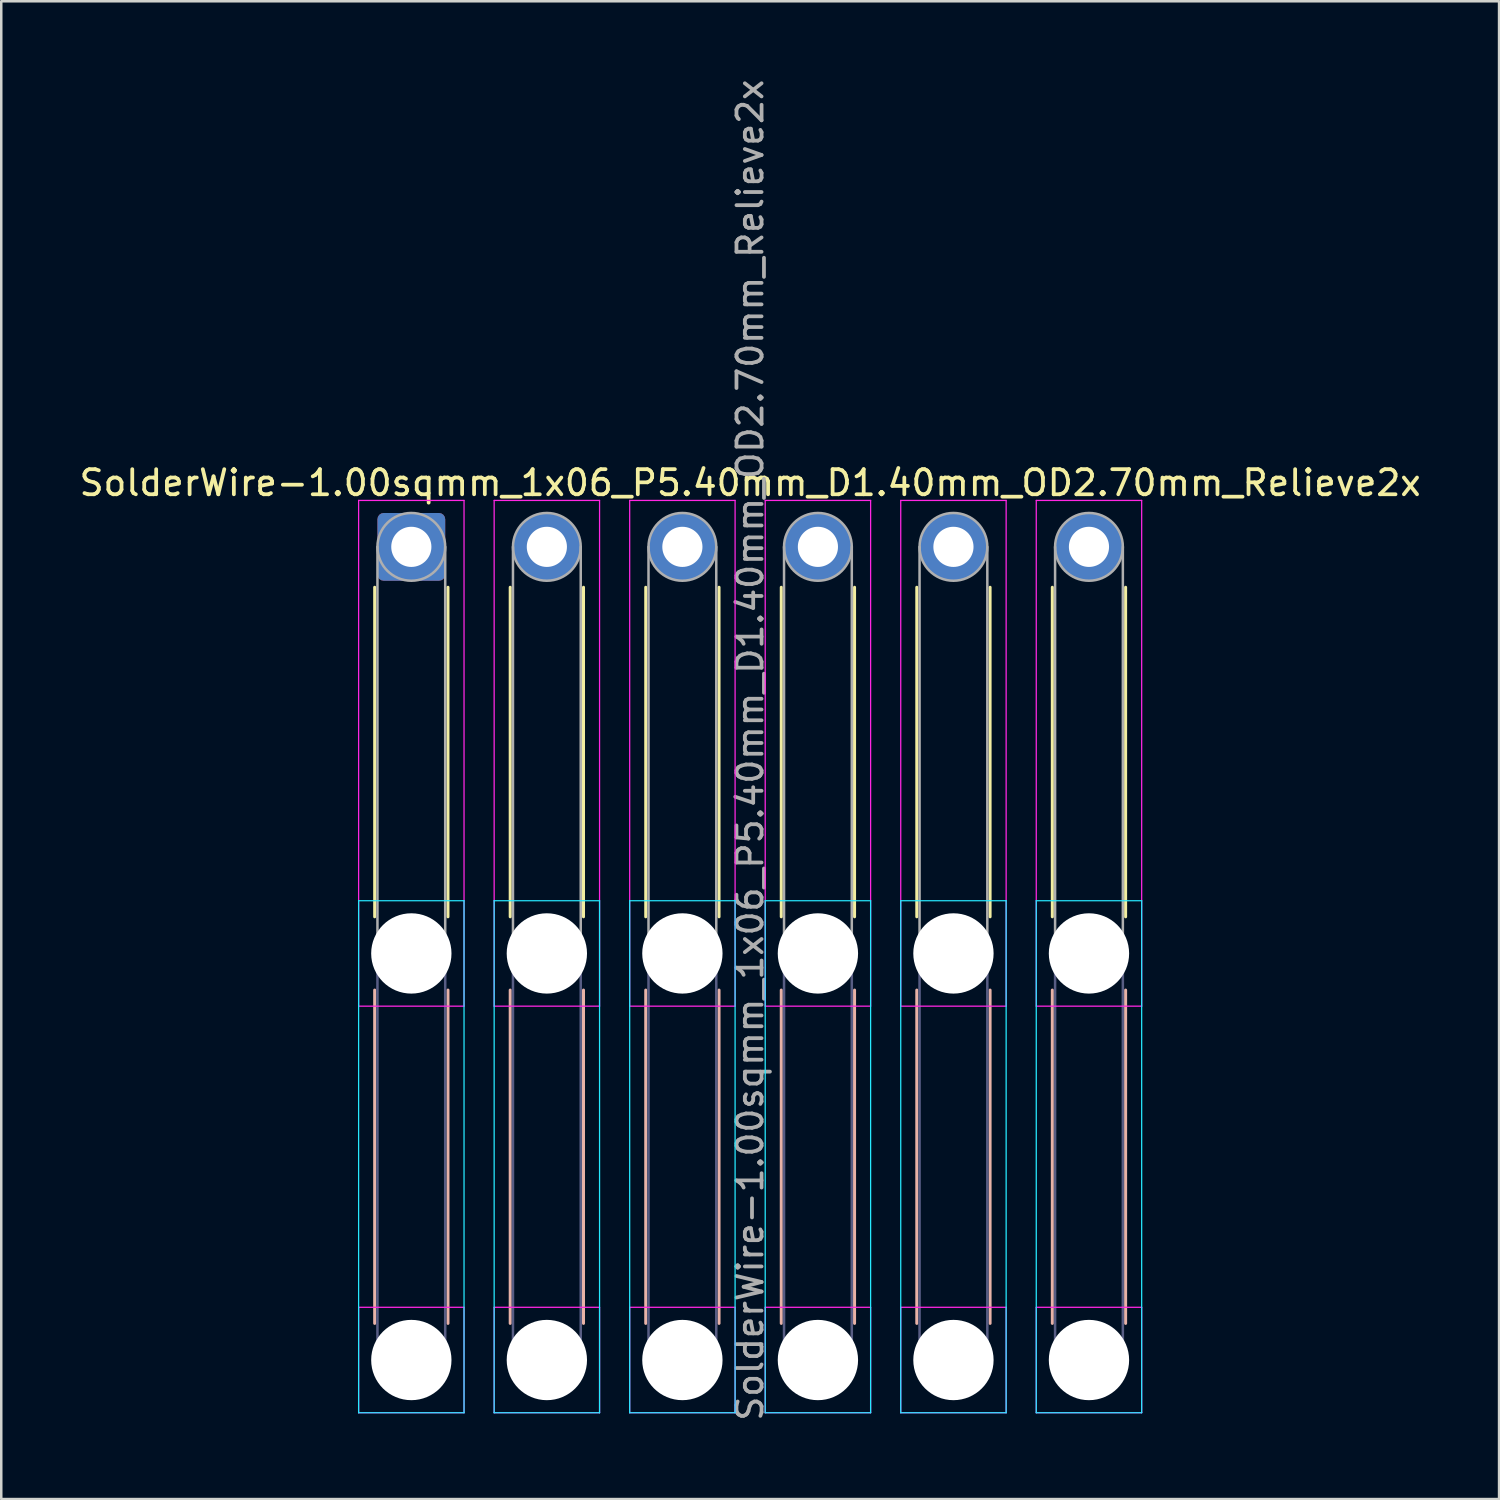
<source format=kicad_pcb>
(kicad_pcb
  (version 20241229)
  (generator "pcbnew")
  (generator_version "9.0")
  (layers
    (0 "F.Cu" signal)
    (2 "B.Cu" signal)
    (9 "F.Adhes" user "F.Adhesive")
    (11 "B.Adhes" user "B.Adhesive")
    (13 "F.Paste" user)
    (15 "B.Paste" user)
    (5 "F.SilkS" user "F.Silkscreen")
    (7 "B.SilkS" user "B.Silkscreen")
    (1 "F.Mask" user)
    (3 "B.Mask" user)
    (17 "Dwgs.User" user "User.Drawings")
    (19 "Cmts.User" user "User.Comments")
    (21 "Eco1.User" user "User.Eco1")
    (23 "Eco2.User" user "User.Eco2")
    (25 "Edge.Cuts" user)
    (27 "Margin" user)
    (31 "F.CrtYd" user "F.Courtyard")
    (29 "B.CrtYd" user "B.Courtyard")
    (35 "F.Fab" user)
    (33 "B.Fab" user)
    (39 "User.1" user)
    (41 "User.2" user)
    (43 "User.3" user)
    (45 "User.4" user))
  (footprint "SolderWire-1.00sqmm_1x06_P5.40mm_D1.40mm_OD2.70mm_Relieve2x"
    (layer "F.Cu")
    (at 13.339 18.739)
    (property "Reference" "SolderWire-1.00sqmm_1x06_P5.40mm_D1.40mm_OD2.70mm_Relieve2x" (at 13.5 -2.55 0) (layer "F.SilkS") (effects (font (size 1 1) (thickness 0.15))))
    (attr exclude_from_pos_files exclude_from_bom)
    (fp_line (start -1.46 1.61) (end -1.46 14.74) (stroke (width 0.12) (type solid)) (layer "F.SilkS"))
    (fp_line (start 1.46 1.61) (end 1.46 14.74) (stroke (width 0.12) (type solid)) (layer "F.SilkS"))
    (fp_line (start 3.94 1.61) (end 3.94 14.74) (stroke (width 0.12) (type solid)) (layer "F.SilkS"))
    (fp_line (start 6.86 1.61) (end 6.86 14.74) (stroke (width 0.12) (type solid)) (layer "F.SilkS"))
    (fp_line (start 9.34 1.61) (end 9.34 14.74) (stroke (width 0.12) (type solid)) (layer "F.SilkS"))
    (fp_line (start 12.26 1.61) (end 12.26 14.74) (stroke (width 0.12) (type solid)) (layer "F.SilkS"))
    (fp_line (start 14.74 1.61) (end 14.74 14.74) (stroke (width 0.12) (type solid)) (layer "F.SilkS"))
    (fp_line (start 17.66 1.61) (end 17.66 14.74) (stroke (width 0.12) (type solid)) (layer "F.SilkS"))
    (fp_line (start 20.14 1.61) (end 20.14 14.74) (stroke (width 0.12) (type solid)) (layer "F.SilkS"))
    (fp_line (start 23.06 1.61) (end 23.06 14.74) (stroke (width 0.12) (type solid)) (layer "F.SilkS"))
    (fp_line (start 25.54 1.61) (end 25.54 14.74) (stroke (width 0.12) (type solid)) (layer "F.SilkS"))
    (fp_line (start 28.46 1.61) (end 28.46 14.74) (stroke (width 0.12) (type solid)) (layer "F.SilkS"))
    (fp_line (start -1.46 17.66) (end -1.46 30.94) (stroke (width 0.12) (type solid)) (layer "B.SilkS"))
    (fp_line (start 1.46 17.66) (end 1.46 30.94) (stroke (width 0.12) (type solid)) (layer "B.SilkS"))
    (fp_line (start 3.94 17.66) (end 3.94 30.94) (stroke (width 0.12) (type solid)) (layer "B.SilkS"))
    (fp_line (start 6.86 17.66) (end 6.86 30.94) (stroke (width 0.12) (type solid)) (layer "B.SilkS"))
    (fp_line (start 9.34 17.66) (end 9.34 30.94) (stroke (width 0.12) (type solid)) (layer "B.SilkS"))
    (fp_line (start 12.26 17.66) (end 12.26 30.94) (stroke (width 0.12) (type solid)) (layer "B.SilkS"))
    (fp_line (start 14.74 17.66) (end 14.74 30.94) (stroke (width 0.12) (type solid)) (layer "B.SilkS"))
    (fp_line (start 17.66 17.66) (end 17.66 30.94) (stroke (width 0.12) (type solid)) (layer "B.SilkS"))
    (fp_line (start 20.14 17.66) (end 20.14 30.94) (stroke (width 0.12) (type solid)) (layer "B.SilkS"))
    (fp_line (start 23.06 17.66) (end 23.06 30.94) (stroke (width 0.12) (type solid)) (layer "B.SilkS"))
    (fp_line (start 25.54 17.66) (end 25.54 30.94) (stroke (width 0.12) (type solid)) (layer "B.SilkS"))
    (fp_line (start 28.46 17.66) (end 28.46 30.94) (stroke (width 0.12) (type solid)) (layer "B.SilkS"))
    (fp_line (start -2.1 14.1) (end -2.1 34.5) (stroke (width 0.05) (type solid)) (layer "B.CrtYd"))
    (fp_line (start -2.1 34.5) (end 2.1 34.5) (stroke (width 0.05) (type solid)) (layer "B.CrtYd"))
    (fp_line (start 2.1 14.1) (end -2.1 14.1) (stroke (width 0.05) (type solid)) (layer "B.CrtYd"))
    (fp_line (start 2.1 34.5) (end 2.1 14.1) (stroke (width 0.05) (type solid)) (layer "B.CrtYd"))
    (fp_line (start 3.3 14.1) (end 3.3 34.5) (stroke (width 0.05) (type solid)) (layer "B.CrtYd"))
    (fp_line (start 3.3 34.5) (end 7.5 34.5) (stroke (width 0.05) (type solid)) (layer "B.CrtYd"))
    (fp_line (start 7.5 14.1) (end 3.3 14.1) (stroke (width 0.05) (type solid)) (layer "B.CrtYd"))
    (fp_line (start 7.5 34.5) (end 7.5 14.1) (stroke (width 0.05) (type solid)) (layer "B.CrtYd"))
    (fp_line (start 8.7 14.1) (end 8.7 34.5) (stroke (width 0.05) (type solid)) (layer "B.CrtYd"))
    (fp_line (start 8.7 34.5) (end 12.9 34.5) (stroke (width 0.05) (type solid)) (layer "B.CrtYd"))
    (fp_line (start 12.9 14.1) (end 8.7 14.1) (stroke (width 0.05) (type solid)) (layer "B.CrtYd"))
    (fp_line (start 12.9 34.5) (end 12.9 14.1) (stroke (width 0.05) (type solid)) (layer "B.CrtYd"))
    (fp_line (start 14.1 14.1) (end 14.1 34.5) (stroke (width 0.05) (type solid)) (layer "B.CrtYd"))
    (fp_line (start 14.1 34.5) (end 18.3 34.5) (stroke (width 0.05) (type solid)) (layer "B.CrtYd"))
    (fp_line (start 18.3 14.1) (end 14.1 14.1) (stroke (width 0.05) (type solid)) (layer "B.CrtYd"))
    (fp_line (start 18.3 34.5) (end 18.3 14.1) (stroke (width 0.05) (type solid)) (layer "B.CrtYd"))
    (fp_line (start 19.5 14.1) (end 19.5 34.5) (stroke (width 0.05) (type solid)) (layer "B.CrtYd"))
    (fp_line (start 19.5 34.5) (end 23.7 34.5) (stroke (width 0.05) (type solid)) (layer "B.CrtYd"))
    (fp_line (start 23.7 14.1) (end 19.5 14.1) (stroke (width 0.05) (type solid)) (layer "B.CrtYd"))
    (fp_line (start 23.7 34.5) (end 23.7 14.1) (stroke (width 0.05) (type solid)) (layer "B.CrtYd"))
    (fp_line (start 24.9 14.1) (end 24.9 34.5) (stroke (width 0.05) (type solid)) (layer "B.CrtYd"))
    (fp_line (start 24.9 34.5) (end 29.1 34.5) (stroke (width 0.05) (type solid)) (layer "B.CrtYd"))
    (fp_line (start 29.1 14.1) (end 24.9 14.1) (stroke (width 0.05) (type solid)) (layer "B.CrtYd"))
    (fp_line (start 29.1 34.5) (end 29.1 14.1) (stroke (width 0.05) (type solid)) (layer "B.CrtYd"))
    (fp_line (start -2.1 -1.85) (end -2.1 18.3) (stroke (width 0.05) (type solid)) (layer "F.CrtYd"))
    (fp_line (start -2.1 18.3) (end 2.1 18.3) (stroke (width 0.05) (type solid)) (layer "F.CrtYd"))
    (fp_line (start -2.1 30.3) (end -2.1 34.5) (stroke (width 0.05) (type solid)) (layer "F.CrtYd"))
    (fp_line (start -2.1 34.5) (end 2.1 34.5) (stroke (width 0.05) (type solid)) (layer "F.CrtYd"))
    (fp_line (start 2.1 -1.85) (end -2.1 -1.85) (stroke (width 0.05) (type solid)) (layer "F.CrtYd"))
    (fp_line (start 2.1 18.3) (end 2.1 -1.85) (stroke (width 0.05) (type solid)) (layer "F.CrtYd"))
    (fp_line (start 2.1 30.3) (end -2.1 30.3) (stroke (width 0.05) (type solid)) (layer "F.CrtYd"))
    (fp_line (start 2.1 34.5) (end 2.1 30.3) (stroke (width 0.05) (type solid)) (layer "F.CrtYd"))
    (fp_line (start 3.3 -1.85) (end 3.3 18.3) (stroke (width 0.05) (type solid)) (layer "F.CrtYd"))
    (fp_line (start 3.3 18.3) (end 7.5 18.3) (stroke (width 0.05) (type solid)) (layer "F.CrtYd"))
    (fp_line (start 3.3 30.3) (end 3.3 34.5) (stroke (width 0.05) (type solid)) (layer "F.CrtYd"))
    (fp_line (start 3.3 34.5) (end 7.5 34.5) (stroke (width 0.05) (type solid)) (layer "F.CrtYd"))
    (fp_line (start 7.5 -1.85) (end 3.3 -1.85) (stroke (width 0.05) (type solid)) (layer "F.CrtYd"))
    (fp_line (start 7.5 18.3) (end 7.5 -1.85) (stroke (width 0.05) (type solid)) (layer "F.CrtYd"))
    (fp_line (start 7.5 30.3) (end 3.3 30.3) (stroke (width 0.05) (type solid)) (layer "F.CrtYd"))
    (fp_line (start 7.5 34.5) (end 7.5 30.3) (stroke (width 0.05) (type solid)) (layer "F.CrtYd"))
    (fp_line (start 8.7 -1.85) (end 8.7 18.3) (stroke (width 0.05) (type solid)) (layer "F.CrtYd"))
    (fp_line (start 8.7 18.3) (end 12.9 18.3) (stroke (width 0.05) (type solid)) (layer "F.CrtYd"))
    (fp_line (start 8.7 30.3) (end 8.7 34.5) (stroke (width 0.05) (type solid)) (layer "F.CrtYd"))
    (fp_line (start 8.7 34.5) (end 12.9 34.5) (stroke (width 0.05) (type solid)) (layer "F.CrtYd"))
    (fp_line (start 12.9 -1.85) (end 8.7 -1.85) (stroke (width 0.05) (type solid)) (layer "F.CrtYd"))
    (fp_line (start 12.9 18.3) (end 12.9 -1.85) (stroke (width 0.05) (type solid)) (layer "F.CrtYd"))
    (fp_line (start 12.9 30.3) (end 8.7 30.3) (stroke (width 0.05) (type solid)) (layer "F.CrtYd"))
    (fp_line (start 12.9 34.5) (end 12.9 30.3) (stroke (width 0.05) (type solid)) (layer "F.CrtYd"))
    (fp_line (start 14.1 -1.85) (end 14.1 18.3) (stroke (width 0.05) (type solid)) (layer "F.CrtYd"))
    (fp_line (start 14.1 18.3) (end 18.3 18.3) (stroke (width 0.05) (type solid)) (layer "F.CrtYd"))
    (fp_line (start 14.1 30.3) (end 14.1 34.5) (stroke (width 0.05) (type solid)) (layer "F.CrtYd"))
    (fp_line (start 14.1 34.5) (end 18.3 34.5) (stroke (width 0.05) (type solid)) (layer "F.CrtYd"))
    (fp_line (start 18.3 -1.85) (end 14.1 -1.85) (stroke (width 0.05) (type solid)) (layer "F.CrtYd"))
    (fp_line (start 18.3 18.3) (end 18.3 -1.85) (stroke (width 0.05) (type solid)) (layer "F.CrtYd"))
    (fp_line (start 18.3 30.3) (end 14.1 30.3) (stroke (width 0.05) (type solid)) (layer "F.CrtYd"))
    (fp_line (start 18.3 34.5) (end 18.3 30.3) (stroke (width 0.05) (type solid)) (layer "F.CrtYd"))
    (fp_line (start 19.5 -1.85) (end 19.5 18.3) (stroke (width 0.05) (type solid)) (layer "F.CrtYd"))
    (fp_line (start 19.5 18.3) (end 23.7 18.3) (stroke (width 0.05) (type solid)) (layer "F.CrtYd"))
    (fp_line (start 19.5 30.3) (end 19.5 34.5) (stroke (width 0.05) (type solid)) (layer "F.CrtYd"))
    (fp_line (start 19.5 34.5) (end 23.7 34.5) (stroke (width 0.05) (type solid)) (layer "F.CrtYd"))
    (fp_line (start 23.7 -1.85) (end 19.5 -1.85) (stroke (width 0.05) (type solid)) (layer "F.CrtYd"))
    (fp_line (start 23.7 18.3) (end 23.7 -1.85) (stroke (width 0.05) (type solid)) (layer "F.CrtYd"))
    (fp_line (start 23.7 30.3) (end 19.5 30.3) (stroke (width 0.05) (type solid)) (layer "F.CrtYd"))
    (fp_line (start 23.7 34.5) (end 23.7 30.3) (stroke (width 0.05) (type solid)) (layer "F.CrtYd"))
    (fp_line (start 24.9 -1.85) (end 24.9 18.3) (stroke (width 0.05) (type solid)) (layer "F.CrtYd"))
    (fp_line (start 24.9 18.3) (end 29.1 18.3) (stroke (width 0.05) (type solid)) (layer "F.CrtYd"))
    (fp_line (start 24.9 30.3) (end 24.9 34.5) (stroke (width 0.05) (type solid)) (layer "F.CrtYd"))
    (fp_line (start 24.9 34.5) (end 29.1 34.5) (stroke (width 0.05) (type solid)) (layer "F.CrtYd"))
    (fp_line (start 29.1 -1.85) (end 24.9 -1.85) (stroke (width 0.05) (type solid)) (layer "F.CrtYd"))
    (fp_line (start 29.1 18.3) (end 29.1 -1.85) (stroke (width 0.05) (type solid)) (layer "F.CrtYd"))
    (fp_line (start 29.1 30.3) (end 24.9 30.3) (stroke (width 0.05) (type solid)) (layer "F.CrtYd"))
    (fp_line (start 29.1 34.5) (end 29.1 30.3) (stroke (width 0.05) (type solid)) (layer "F.CrtYd"))
    (fp_line (start -1.35 16.2) (end -1.35 32.4) (stroke (width 0.1) (type solid)) (layer "B.Fab"))
    (fp_line (start 1.35 16.2) (end 1.35 32.4) (stroke (width 0.1) (type solid)) (layer "B.Fab"))
    (fp_line (start 4.05 16.2) (end 4.05 32.4) (stroke (width 0.1) (type solid)) (layer "B.Fab"))
    (fp_line (start 6.75 16.2) (end 6.75 32.4) (stroke (width 0.1) (type solid)) (layer "B.Fab"))
    (fp_line (start 9.45 16.2) (end 9.45 32.4) (stroke (width 0.1) (type solid)) (layer "B.Fab"))
    (fp_line (start 12.15 16.2) (end 12.15 32.4) (stroke (width 0.1) (type solid)) (layer "B.Fab"))
    (fp_line (start 14.85 16.2) (end 14.85 32.4) (stroke (width 0.1) (type solid)) (layer "B.Fab"))
    (fp_line (start 17.55 16.2) (end 17.55 32.4) (stroke (width 0.1) (type solid)) (layer "B.Fab"))
    (fp_line (start 20.25 16.2) (end 20.25 32.4) (stroke (width 0.1) (type solid)) (layer "B.Fab"))
    (fp_line (start 22.95 16.2) (end 22.95 32.4) (stroke (width 0.1) (type solid)) (layer "B.Fab"))
    (fp_line (start 25.65 16.2) (end 25.65 32.4) (stroke (width 0.1) (type solid)) (layer "B.Fab"))
    (fp_line (start 28.35 16.2) (end 28.35 32.4) (stroke (width 0.1) (type solid)) (layer "B.Fab"))
    (fp_circle (center 0 16.2) (end 1.35 16.2) (stroke (width 0.1) (type solid)) (fill no) (layer "B.Fab"))
    (fp_circle (center 0 32.4) (end 1.35 32.4) (stroke (width 0.1) (type solid)) (fill no) (layer "B.Fab"))
    (fp_circle (center 5.4 16.2) (end 6.75 16.2) (stroke (width 0.1) (type solid)) (fill no) (layer "B.Fab"))
    (fp_circle (center 5.4 32.4) (end 6.75 32.4) (stroke (width 0.1) (type solid)) (fill no) (layer "B.Fab"))
    (fp_circle (center 10.8 16.2) (end 12.15 16.2) (stroke (width 0.1) (type solid)) (fill no) (layer "B.Fab"))
    (fp_circle (center 10.8 32.4) (end 12.15 32.4) (stroke (width 0.1) (type solid)) (fill no) (layer "B.Fab"))
    (fp_circle (center 16.2 16.2) (end 17.55 16.2) (stroke (width 0.1) (type solid)) (fill no) (layer "B.Fab"))
    (fp_circle (center 16.2 32.4) (end 17.55 32.4) (stroke (width 0.1) (type solid)) (fill no) (layer "B.Fab"))
    (fp_circle (center 21.6 16.2) (end 22.95 16.2) (stroke (width 0.1) (type solid)) (fill no) (layer "B.Fab"))
    (fp_circle (center 21.6 32.4) (end 22.95 32.4) (stroke (width 0.1) (type solid)) (fill no) (layer "B.Fab"))
    (fp_circle (center 27 16.2) (end 28.35 16.2) (stroke (width 0.1) (type solid)) (fill no) (layer "B.Fab"))
    (fp_circle (center 27 32.4) (end 28.35 32.4) (stroke (width 0.1) (type solid)) (fill no) (layer "B.Fab"))
    (fp_line (start -1.35 0) (end -1.35 16.2) (stroke (width 0.1) (type solid)) (layer "F.Fab"))
    (fp_line (start 1.35 0) (end 1.35 16.2) (stroke (width 0.1) (type solid)) (layer "F.Fab"))
    (fp_line (start 4.05 0) (end 4.05 16.2) (stroke (width 0.1) (type solid)) (layer "F.Fab"))
    (fp_line (start 6.75 0) (end 6.75 16.2) (stroke (width 0.1) (type solid)) (layer "F.Fab"))
    (fp_line (start 9.45 0) (end 9.45 16.2) (stroke (width 0.1) (type solid)) (layer "F.Fab"))
    (fp_line (start 12.15 0) (end 12.15 16.2) (stroke (width 0.1) (type solid)) (layer "F.Fab"))
    (fp_line (start 14.85 0) (end 14.85 16.2) (stroke (width 0.1) (type solid)) (layer "F.Fab"))
    (fp_line (start 17.55 0) (end 17.55 16.2) (stroke (width 0.1) (type solid)) (layer "F.Fab"))
    (fp_line (start 20.25 0) (end 20.25 16.2) (stroke (width 0.1) (type solid)) (layer "F.Fab"))
    (fp_line (start 22.95 0) (end 22.95 16.2) (stroke (width 0.1) (type solid)) (layer "F.Fab"))
    (fp_line (start 25.65 0) (end 25.65 16.2) (stroke (width 0.1) (type solid)) (layer "F.Fab"))
    (fp_line (start 28.35 0) (end 28.35 16.2) (stroke (width 0.1) (type solid)) (layer "F.Fab"))
    (fp_circle (center 0 0) (end 1.35 0) (stroke (width 0.1) (type solid)) (fill no) (layer "F.Fab"))
    (fp_circle (center 0 16.2) (end 1.35 16.2) (stroke (width 0.1) (type solid)) (fill no) (layer "F.Fab"))
    (fp_circle (center 0 32.4) (end 1.35 32.4) (stroke (width 0.1) (type solid)) (fill no) (layer "F.Fab"))
    (fp_circle (center 5.4 0) (end 6.75 0) (stroke (width 0.1) (type solid)) (fill no) (layer "F.Fab"))
    (fp_circle (center 5.4 16.2) (end 6.75 16.2) (stroke (width 0.1) (type solid)) (fill no) (layer "F.Fab"))
    (fp_circle (center 5.4 32.4) (end 6.75 32.4) (stroke (width 0.1) (type solid)) (fill no) (layer "F.Fab"))
    (fp_circle (center 10.8 0) (end 12.15 0) (stroke (width 0.1) (type solid)) (fill no) (layer "F.Fab"))
    (fp_circle (center 10.8 16.2) (end 12.15 16.2) (stroke (width 0.1) (type solid)) (fill no) (layer "F.Fab"))
    (fp_circle (center 10.8 32.4) (end 12.15 32.4) (stroke (width 0.1) (type solid)) (fill no) (layer "F.Fab"))
    (fp_circle (center 16.2 0) (end 17.55 0) (stroke (width 0.1) (type solid)) (fill no) (layer "F.Fab"))
    (fp_circle (center 16.2 16.2) (end 17.55 16.2) (stroke (width 0.1) (type solid)) (fill no) (layer "F.Fab"))
    (fp_circle (center 16.2 32.4) (end 17.55 32.4) (stroke (width 0.1) (type solid)) (fill no) (layer "F.Fab"))
    (fp_circle (center 21.6 0) (end 22.95 0) (stroke (width 0.1) (type solid)) (fill no) (layer "F.Fab"))
    (fp_circle (center 21.6 16.2) (end 22.95 16.2) (stroke (width 0.1) (type solid)) (fill no) (layer "F.Fab"))
    (fp_circle (center 21.6 32.4) (end 22.95 32.4) (stroke (width 0.1) (type solid)) (fill no) (layer "F.Fab"))
    (fp_circle (center 27 0) (end 28.35 0) (stroke (width 0.1) (type solid)) (fill no) (layer "F.Fab"))
    (fp_circle (center 27 16.2) (end 28.35 16.2) (stroke (width 0.1) (type solid)) (fill no) (layer "F.Fab"))
    (fp_circle (center 27 32.4) (end 28.35 32.4) (stroke (width 0.1) (type solid)) (fill no) (layer "F.Fab"))
    (fp_text user "${REFERENCE}" (at 13.5 8.1 90) (layer "F.Fab") (effects (font (size 1 1) (thickness 0.15))))
    (pad "" np_thru_hole circle (at 0 16.2) (size 3.2 3.2) (drill 3.2) (layers "*.Cu" "*.Mask"))
    (pad "" np_thru_hole circle (at 0 32.4) (size 3.2 3.2) (drill 3.2) (layers "*.Cu" "*.Mask"))
    (pad "" np_thru_hole circle (at 5.4 16.2) (size 3.2 3.2) (drill 3.2) (layers "*.Cu" "*.Mask"))
    (pad "" np_thru_hole circle (at 5.4 32.4) (size 3.2 3.2) (drill 3.2) (layers "*.Cu" "*.Mask"))
    (pad "" np_thru_hole circle (at 10.8 16.2) (size 3.2 3.2) (drill 3.2) (layers "*.Cu" "*.Mask"))
    (pad "" np_thru_hole circle (at 10.8 32.4) (size 3.2 3.2) (drill 3.2) (layers "*.Cu" "*.Mask"))
    (pad "" np_thru_hole circle (at 16.2 16.2) (size 3.2 3.2) (drill 3.2) (layers "*.Cu" "*.Mask"))
    (pad "" np_thru_hole circle (at 16.2 32.4) (size 3.2 3.2) (drill 3.2) (layers "*.Cu" "*.Mask"))
    (pad "" np_thru_hole circle (at 21.6 16.2) (size 3.2 3.2) (drill 3.2) (layers "*.Cu" "*.Mask"))
    (pad "" np_thru_hole circle (at 21.6 32.4) (size 3.2 3.2) (drill 3.2) (layers "*.Cu" "*.Mask"))
    (pad "" np_thru_hole circle (at 27 16.2) (size 3.2 3.2) (drill 3.2) (layers "*.Cu" "*.Mask"))
    (pad "" np_thru_hole circle (at 27 32.4) (size 3.2 3.2) (drill 3.2) (layers "*.Cu" "*.Mask"))
    (pad "1" thru_hole roundrect (at 0 0) (size 2.7 2.7) (drill 1.6) (layers "*.Cu" "*.Mask") (roundrect_rratio 0.093))
    (pad "2" thru_hole circle (at 5.4 0) (size 2.7 2.7) (drill 1.6) (layers "*.Cu" "*.Mask"))
    (pad "3" thru_hole circle (at 10.8 0) (size 2.7 2.7) (drill 1.6) (layers "*.Cu" "*.Mask"))
    (pad "4" thru_hole circle (at 16.2 0) (size 2.7 2.7) (drill 1.6) (layers "*.Cu" "*.Mask"))
    (pad "5" thru_hole circle (at 21.6 0) (size 2.7 2.7) (drill 1.6) (layers "*.Cu" "*.Mask"))
    (pad "6" thru_hole circle (at 27 0) (size 2.7 2.7) (drill 1.6) (layers "*.Cu" "*.Mask")))
  (gr_rect
    (start -3 -3)
    (end 56.679 56.679)
    (stroke (width 0.1) (type default))
    (fill no)
    (layer "Edge.Cuts")))
</source>
